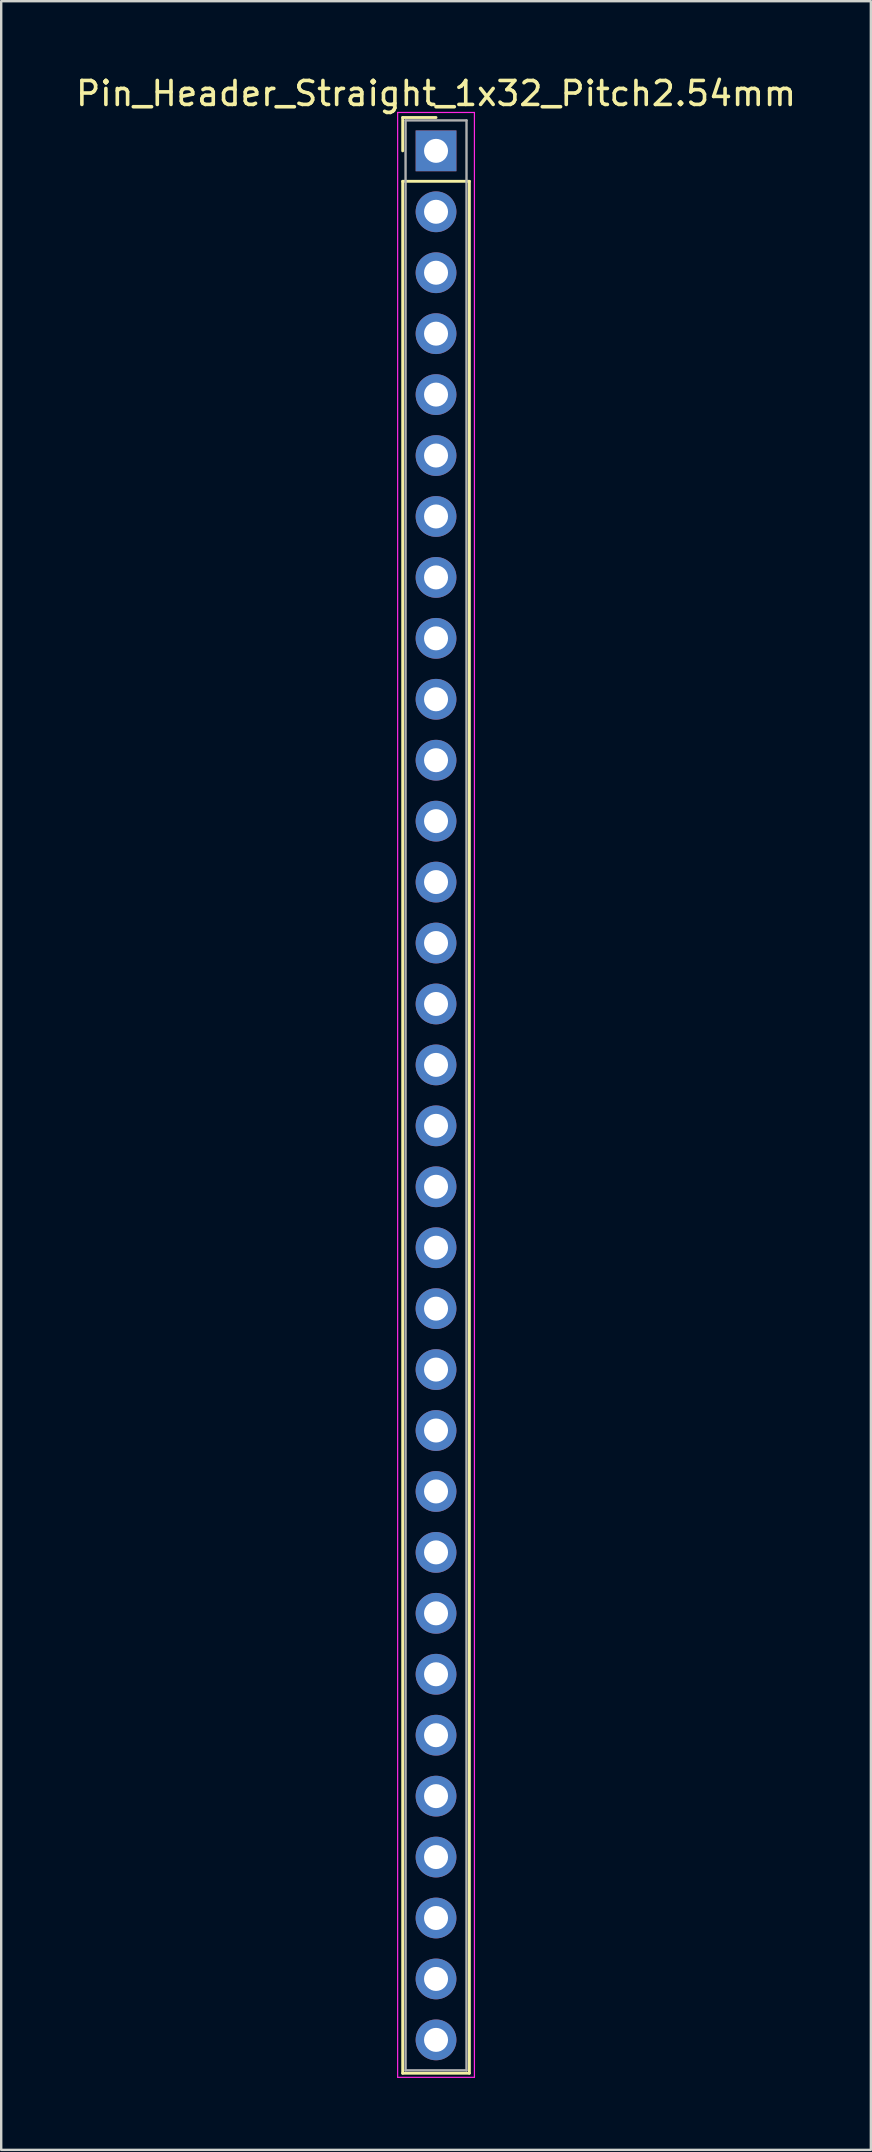
<source format=kicad_pcb>
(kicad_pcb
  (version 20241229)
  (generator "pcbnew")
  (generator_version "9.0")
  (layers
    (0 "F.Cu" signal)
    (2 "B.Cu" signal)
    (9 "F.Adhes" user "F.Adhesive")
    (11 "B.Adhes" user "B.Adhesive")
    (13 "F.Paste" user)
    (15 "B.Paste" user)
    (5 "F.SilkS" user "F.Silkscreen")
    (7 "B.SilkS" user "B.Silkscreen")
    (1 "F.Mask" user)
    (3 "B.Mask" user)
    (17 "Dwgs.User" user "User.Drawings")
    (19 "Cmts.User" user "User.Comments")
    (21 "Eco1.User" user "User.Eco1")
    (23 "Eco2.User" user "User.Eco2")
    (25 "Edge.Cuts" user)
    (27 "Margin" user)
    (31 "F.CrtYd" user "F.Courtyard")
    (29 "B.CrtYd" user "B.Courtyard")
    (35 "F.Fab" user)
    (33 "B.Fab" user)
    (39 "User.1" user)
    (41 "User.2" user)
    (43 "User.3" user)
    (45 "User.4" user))
  (footprint "Pin_Header_Straight_1x32_Pitch2.54mm"
    (layer "F.Cu")
    (at 15.125 3.238)
    (property "Reference" "Pin_Header_Straight_1x32_Pitch2.54mm" (at 0 -2.39 0) (layer "F.SilkS") (effects (font (size 1 1) (thickness 0.15))))
    (attr through_hole)
    (fp_line (start -1.39 -1.39) (end 0 -1.39) (stroke (width 0.12) (type solid)) (layer "F.SilkS"))
    (fp_line (start -1.39 0) (end -1.39 -1.39) (stroke (width 0.12) (type solid)) (layer "F.SilkS"))
    (fp_line (start -1.39 1.27) (end -1.39 80.13) (stroke (width 0.12) (type solid)) (layer "F.SilkS"))
    (fp_line (start -1.39 80.13) (end 1.39 80.13) (stroke (width 0.12) (type solid)) (layer "F.SilkS"))
    (fp_line (start 1.39 1.27) (end -1.39 1.27) (stroke (width 0.12) (type solid)) (layer "F.SilkS"))
    (fp_line (start 1.39 80.13) (end 1.39 1.27) (stroke (width 0.12) (type solid)) (layer "F.SilkS"))
    (fp_line (start -1.6 -1.6) (end -1.6 80.3) (stroke (width 0.05) (type solid)) (layer "F.CrtYd"))
    (fp_line (start -1.6 80.3) (end 1.6 80.3) (stroke (width 0.05) (type solid)) (layer "F.CrtYd"))
    (fp_line (start 1.6 -1.6) (end -1.6 -1.6) (stroke (width 0.05) (type solid)) (layer "F.CrtYd"))
    (fp_line (start 1.6 80.3) (end 1.6 -1.6) (stroke (width 0.05) (type solid)) (layer "F.CrtYd"))
    (fp_line (start -1.27 -1.27) (end -1.27 80.01) (stroke (width 0.1) (type solid)) (layer "F.Fab"))
    (fp_line (start -1.27 80.01) (end 1.27 80.01) (stroke (width 0.1) (type solid)) (layer "F.Fab"))
    (fp_line (start 1.27 -1.27) (end -1.27 -1.27) (stroke (width 0.1) (type solid)) (layer "F.Fab"))
    (fp_line (start 1.27 80.01) (end 1.27 -1.27) (stroke (width 0.1) (type solid)) (layer "F.Fab"))
    (pad "1" thru_hole rect (at 0 0) (size 1.7 1.7) (drill 1) (layers "*.Cu" "*.Mask"))
    (pad "2" thru_hole oval (at 0 2.54) (size 1.7 1.7) (drill 1) (layers "*.Cu" "*.Mask"))
    (pad "3" thru_hole oval (at 0 5.08) (size 1.7 1.7) (drill 1) (layers "*.Cu" "*.Mask"))
    (pad "4" thru_hole oval (at 0 7.62) (size 1.7 1.7) (drill 1) (layers "*.Cu" "*.Mask"))
    (pad "5" thru_hole oval (at 0 10.16) (size 1.7 1.7) (drill 1) (layers "*.Cu" "*.Mask"))
    (pad "6" thru_hole oval (at 0 12.7) (size 1.7 1.7) (drill 1) (layers "*.Cu" "*.Mask"))
    (pad "7" thru_hole oval (at 0 15.24) (size 1.7 1.7) (drill 1) (layers "*.Cu" "*.Mask"))
    (pad "8" thru_hole oval (at 0 17.78) (size 1.7 1.7) (drill 1) (layers "*.Cu" "*.Mask"))
    (pad "9" thru_hole oval (at 0 20.32) (size 1.7 1.7) (drill 1) (layers "*.Cu" "*.Mask"))
    (pad "10" thru_hole oval (at 0 22.86) (size 1.7 1.7) (drill 1) (layers "*.Cu" "*.Mask"))
    (pad "11" thru_hole oval (at 0 25.4) (size 1.7 1.7) (drill 1) (layers "*.Cu" "*.Mask"))
    (pad "12" thru_hole oval (at 0 27.94) (size 1.7 1.7) (drill 1) (layers "*.Cu" "*.Mask"))
    (pad "13" thru_hole oval (at 0 30.48) (size 1.7 1.7) (drill 1) (layers "*.Cu" "*.Mask"))
    (pad "14" thru_hole oval (at 0 33.02) (size 1.7 1.7) (drill 1) (layers "*.Cu" "*.Mask"))
    (pad "15" thru_hole oval (at 0 35.56) (size 1.7 1.7) (drill 1) (layers "*.Cu" "*.Mask"))
    (pad "16" thru_hole oval (at 0 38.1) (size 1.7 1.7) (drill 1) (layers "*.Cu" "*.Mask"))
    (pad "17" thru_hole oval (at 0 40.64) (size 1.7 1.7) (drill 1) (layers "*.Cu" "*.Mask"))
    (pad "18" thru_hole oval (at 0 43.18) (size 1.7 1.7) (drill 1) (layers "*.Cu" "*.Mask"))
    (pad "19" thru_hole oval (at 0 45.72) (size 1.7 1.7) (drill 1) (layers "*.Cu" "*.Mask"))
    (pad "20" thru_hole oval (at 0 48.26) (size 1.7 1.7) (drill 1) (layers "*.Cu" "*.Mask"))
    (pad "21" thru_hole oval (at 0 50.8) (size 1.7 1.7) (drill 1) (layers "*.Cu" "*.Mask"))
    (pad "22" thru_hole oval (at 0 53.34) (size 1.7 1.7) (drill 1) (layers "*.Cu" "*.Mask"))
    (pad "23" thru_hole oval (at 0 55.88) (size 1.7 1.7) (drill 1) (layers "*.Cu" "*.Mask"))
    (pad "24" thru_hole oval (at 0 58.42) (size 1.7 1.7) (drill 1) (layers "*.Cu" "*.Mask"))
    (pad "25" thru_hole oval (at 0 60.96) (size 1.7 1.7) (drill 1) (layers "*.Cu" "*.Mask"))
    (pad "26" thru_hole oval (at 0 63.5) (size 1.7 1.7) (drill 1) (layers "*.Cu" "*.Mask"))
    (pad "27" thru_hole oval (at 0 66.04) (size 1.7 1.7) (drill 1) (layers "*.Cu" "*.Mask"))
    (pad "28" thru_hole oval (at 0 68.58) (size 1.7 1.7) (drill 1) (layers "*.Cu" "*.Mask"))
    (pad "29" thru_hole oval (at 0 71.12) (size 1.7 1.7) (drill 1) (layers "*.Cu" "*.Mask"))
    (pad "30" thru_hole oval (at 0 73.66) (size 1.7 1.7) (drill 1) (layers "*.Cu" "*.Mask"))
    (pad "31" thru_hole oval (at 0 76.2) (size 1.7 1.7) (drill 1) (layers "*.Cu" "*.Mask"))
    (pad "32" thru_hole oval (at 0 78.74) (size 1.7 1.7) (drill 1) (layers "*.Cu" "*.Mask")))
  (gr_rect
    (start -3 -3)
    (end 33.25 86.563)
    (stroke (width 0.1) (type default))
    (fill no)
    (layer "Edge.Cuts")))
</source>
